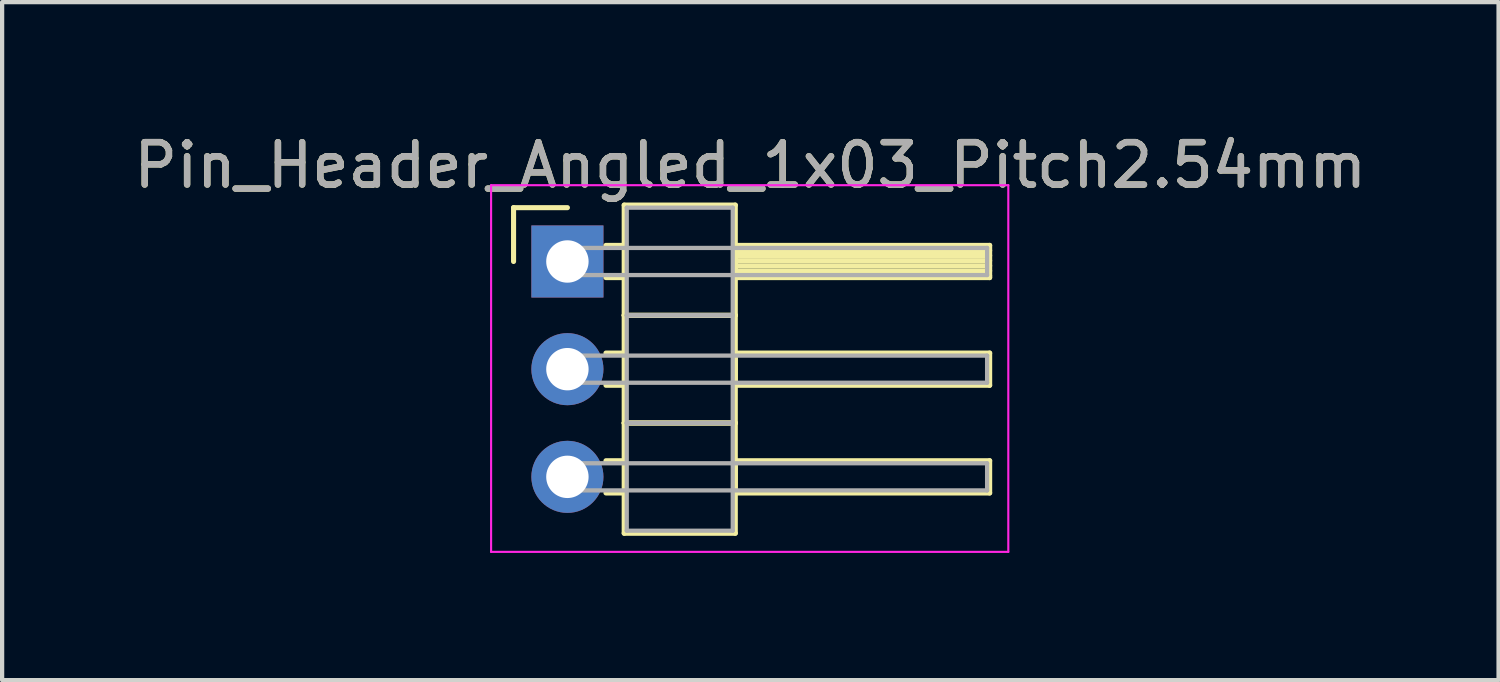
<source format=kicad_pcb>
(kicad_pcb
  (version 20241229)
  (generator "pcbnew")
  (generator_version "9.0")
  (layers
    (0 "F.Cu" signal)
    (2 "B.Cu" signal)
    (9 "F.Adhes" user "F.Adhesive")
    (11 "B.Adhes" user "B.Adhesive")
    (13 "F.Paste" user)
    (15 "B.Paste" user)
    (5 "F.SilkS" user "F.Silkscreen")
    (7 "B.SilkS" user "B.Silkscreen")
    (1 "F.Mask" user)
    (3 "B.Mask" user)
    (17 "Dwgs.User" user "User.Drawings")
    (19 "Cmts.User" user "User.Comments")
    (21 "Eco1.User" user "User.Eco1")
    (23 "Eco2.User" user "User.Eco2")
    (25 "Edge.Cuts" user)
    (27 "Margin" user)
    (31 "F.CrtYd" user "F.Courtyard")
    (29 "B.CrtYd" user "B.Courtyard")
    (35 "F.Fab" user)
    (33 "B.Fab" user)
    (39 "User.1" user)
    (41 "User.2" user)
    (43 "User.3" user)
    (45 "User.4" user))
  (footprint "Pin_Header_Angled_1x03_Pitch2.54mm"
    (layer "F.Cu")
    (at 10.334 3.118)
    (property "Reference" "Pin_Header_Angled_1x03_Pitch2.54mm" (at 4.315 -2.27 0) (layer "F.SilkS") (effects (font (size 1 1) (thickness 0.15))))
    (attr through_hole)
    (fp_line (start -1.27 -1.27) (end 0 -1.27) (stroke (width 0.12) (type solid)) (layer "F.SilkS"))
    (fp_line (start -1.27 0) (end -1.27 -1.27) (stroke (width 0.12) (type solid)) (layer "F.SilkS"))
    (fp_line (start 0.91 -0.38) (end 1.34 -0.38) (stroke (width 0.12) (type solid)) (layer "F.SilkS"))
    (fp_line (start 0.91 0.38) (end 1.34 0.38) (stroke (width 0.12) (type solid)) (layer "F.SilkS"))
    (fp_line (start 0.91 2.16) (end 1.34 2.16) (stroke (width 0.12) (type solid)) (layer "F.SilkS"))
    (fp_line (start 0.91 2.92) (end 1.34 2.92) (stroke (width 0.12) (type solid)) (layer "F.SilkS"))
    (fp_line (start 0.91 4.7) (end 1.34 4.7) (stroke (width 0.12) (type solid)) (layer "F.SilkS"))
    (fp_line (start 0.91 5.46) (end 1.34 5.46) (stroke (width 0.12) (type solid)) (layer "F.SilkS"))
    (fp_line (start 1.34 -1.33) (end 1.34 1.27) (stroke (width 0.12) (type solid)) (layer "F.SilkS"))
    (fp_line (start 1.34 1.27) (end 1.34 3.81) (stroke (width 0.12) (type solid)) (layer "F.SilkS"))
    (fp_line (start 1.34 1.27) (end 3.96 1.27) (stroke (width 0.12) (type solid)) (layer "F.SilkS"))
    (fp_line (start 1.34 3.81) (end 1.34 6.41) (stroke (width 0.12) (type solid)) (layer "F.SilkS"))
    (fp_line (start 1.34 3.81) (end 3.96 3.81) (stroke (width 0.12) (type solid)) (layer "F.SilkS"))
    (fp_line (start 1.34 6.41) (end 3.96 6.41) (stroke (width 0.12) (type solid)) (layer "F.SilkS"))
    (fp_line (start 3.96 -1.33) (end 1.34 -1.33) (stroke (width 0.12) (type solid)) (layer "F.SilkS"))
    (fp_line (start 3.96 -0.38) (end 3.96 0.38) (stroke (width 0.12) (type solid)) (layer "F.SilkS"))
    (fp_line (start 3.96 -0.26) (end 9.96 -0.26) (stroke (width 0.12) (type solid)) (layer "F.SilkS"))
    (fp_line (start 3.96 -0.14) (end 9.96 -0.14) (stroke (width 0.12) (type solid)) (layer "F.SilkS"))
    (fp_line (start 3.96 -0.02) (end 9.96 -0.02) (stroke (width 0.12) (type solid)) (layer "F.SilkS"))
    (fp_line (start 3.96 0.1) (end 9.96 0.1) (stroke (width 0.12) (type solid)) (layer "F.SilkS"))
    (fp_line (start 3.96 0.22) (end 9.96 0.22) (stroke (width 0.12) (type solid)) (layer "F.SilkS"))
    (fp_line (start 3.96 0.34) (end 9.96 0.34) (stroke (width 0.12) (type solid)) (layer "F.SilkS"))
    (fp_line (start 3.96 0.38) (end 9.96 0.38) (stroke (width 0.12) (type solid)) (layer "F.SilkS"))
    (fp_line (start 3.96 1.27) (end 1.34 1.27) (stroke (width 0.12) (type solid)) (layer "F.SilkS"))
    (fp_line (start 3.96 1.27) (end 3.96 -1.33) (stroke (width 0.12) (type solid)) (layer "F.SilkS"))
    (fp_line (start 3.96 2.16) (end 3.96 2.92) (stroke (width 0.12) (type solid)) (layer "F.SilkS"))
    (fp_line (start 3.96 2.92) (end 9.96 2.92) (stroke (width 0.12) (type solid)) (layer "F.SilkS"))
    (fp_line (start 3.96 3.81) (end 1.34 3.81) (stroke (width 0.12) (type solid)) (layer "F.SilkS"))
    (fp_line (start 3.96 3.81) (end 3.96 1.27) (stroke (width 0.12) (type solid)) (layer "F.SilkS"))
    (fp_line (start 3.96 4.7) (end 3.96 5.46) (stroke (width 0.12) (type solid)) (layer "F.SilkS"))
    (fp_line (start 3.96 5.46) (end 9.96 5.46) (stroke (width 0.12) (type solid)) (layer "F.SilkS"))
    (fp_line (start 3.96 6.41) (end 3.96 3.81) (stroke (width 0.12) (type solid)) (layer "F.SilkS"))
    (fp_line (start 9.96 -0.38) (end 3.96 -0.38) (stroke (width 0.12) (type solid)) (layer "F.SilkS"))
    (fp_line (start 9.96 0.38) (end 9.96 -0.38) (stroke (width 0.12) (type solid)) (layer "F.SilkS"))
    (fp_line (start 9.96 2.16) (end 3.96 2.16) (stroke (width 0.12) (type solid)) (layer "F.SilkS"))
    (fp_line (start 9.96 2.92) (end 9.96 2.16) (stroke (width 0.12) (type solid)) (layer "F.SilkS"))
    (fp_line (start 9.96 4.7) (end 3.96 4.7) (stroke (width 0.12) (type solid)) (layer "F.SilkS"))
    (fp_line (start 9.96 5.46) (end 9.96 4.7) (stroke (width 0.12) (type solid)) (layer "F.SilkS"))
    (fp_line (start -1.8 -1.8) (end -1.8 6.85) (stroke (width 0.05) (type solid)) (layer "F.CrtYd"))
    (fp_line (start -1.8 6.85) (end 10.4 6.85) (stroke (width 0.05) (type solid)) (layer "F.CrtYd"))
    (fp_line (start 10.4 -1.8) (end -1.8 -1.8) (stroke (width 0.05) (type solid)) (layer "F.CrtYd"))
    (fp_line (start 10.4 6.85) (end 10.4 -1.8) (stroke (width 0.05) (type solid)) (layer "F.CrtYd"))
    (fp_line (start 0 -0.32) (end 0 0.32) (stroke (width 0.1) (type solid)) (layer "F.Fab"))
    (fp_line (start 0 0.32) (end 9.9 0.32) (stroke (width 0.1) (type solid)) (layer "F.Fab"))
    (fp_line (start 0 2.22) (end 0 2.86) (stroke (width 0.1) (type solid)) (layer "F.Fab"))
    (fp_line (start 0 2.86) (end 9.9 2.86) (stroke (width 0.1) (type solid)) (layer "F.Fab"))
    (fp_line (start 0 4.76) (end 0 5.4) (stroke (width 0.1) (type solid)) (layer "F.Fab"))
    (fp_line (start 0 5.4) (end 9.9 5.4) (stroke (width 0.1) (type solid)) (layer "F.Fab"))
    (fp_line (start 1.4 -1.27) (end 1.4 1.27) (stroke (width 0.1) (type solid)) (layer "F.Fab"))
    (fp_line (start 1.4 1.27) (end 1.4 3.81) (stroke (width 0.1) (type solid)) (layer "F.Fab"))
    (fp_line (start 1.4 1.27) (end 3.9 1.27) (stroke (width 0.1) (type solid)) (layer "F.Fab"))
    (fp_line (start 1.4 3.81) (end 1.4 6.35) (stroke (width 0.1) (type solid)) (layer "F.Fab"))
    (fp_line (start 1.4 3.81) (end 3.9 3.81) (stroke (width 0.1) (type solid)) (layer "F.Fab"))
    (fp_line (start 1.4 6.35) (end 3.9 6.35) (stroke (width 0.1) (type solid)) (layer "F.Fab"))
    (fp_line (start 3.9 -1.27) (end 1.4 -1.27) (stroke (width 0.1) (type solid)) (layer "F.Fab"))
    (fp_line (start 3.9 1.27) (end 1.4 1.27) (stroke (width 0.1) (type solid)) (layer "F.Fab"))
    (fp_line (start 3.9 1.27) (end 3.9 -1.27) (stroke (width 0.1) (type solid)) (layer "F.Fab"))
    (fp_line (start 3.9 3.81) (end 1.4 3.81) (stroke (width 0.1) (type solid)) (layer "F.Fab"))
    (fp_line (start 3.9 3.81) (end 3.9 1.27) (stroke (width 0.1) (type solid)) (layer "F.Fab"))
    (fp_line (start 3.9 6.35) (end 3.9 3.81) (stroke (width 0.1) (type solid)) (layer "F.Fab"))
    (fp_line (start 9.9 -0.32) (end 0 -0.32) (stroke (width 0.1) (type solid)) (layer "F.Fab"))
    (fp_line (start 9.9 0.32) (end 9.9 -0.32) (stroke (width 0.1) (type solid)) (layer "F.Fab"))
    (fp_line (start 9.9 2.22) (end 0 2.22) (stroke (width 0.1) (type solid)) (layer "F.Fab"))
    (fp_line (start 9.9 2.86) (end 9.9 2.22) (stroke (width 0.1) (type solid)) (layer "F.Fab"))
    (fp_line (start 9.9 4.76) (end 0 4.76) (stroke (width 0.1) (type solid)) (layer "F.Fab"))
    (fp_line (start 9.9 5.4) (end 9.9 4.76) (stroke (width 0.1) (type solid)) (layer "F.Fab"))
    (fp_text user "${REFERENCE}" (at 4.315 -2.27 0) (layer "F.Fab") (effects (font (size 1 1) (thickness 0.15))))
    (pad "1" thru_hole rect (at 0 0) (size 1.7 1.7) (drill 1) (layers "*.Cu" "*.Mask"))
    (pad "2" thru_hole oval (at 0 2.54) (size 1.7 1.7) (drill 1) (layers "*.Cu" "*.Mask"))
    (pad "3" thru_hole oval (at 0 5.08) (size 1.7 1.7) (drill 1) (layers "*.Cu" "*.Mask")))
  (gr_rect
    (start -3 -3)
    (end 32.298 12.993)
    (stroke (width 0.1) (type default))
    (fill no)
    (layer "Edge.Cuts")))
</source>
